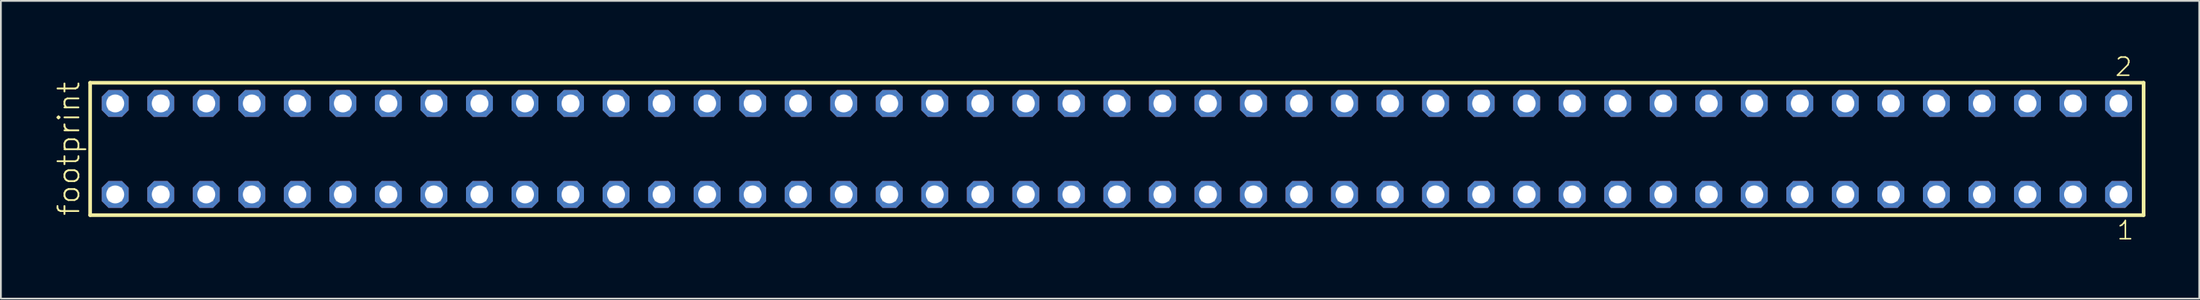
<source format=kicad_pcb>
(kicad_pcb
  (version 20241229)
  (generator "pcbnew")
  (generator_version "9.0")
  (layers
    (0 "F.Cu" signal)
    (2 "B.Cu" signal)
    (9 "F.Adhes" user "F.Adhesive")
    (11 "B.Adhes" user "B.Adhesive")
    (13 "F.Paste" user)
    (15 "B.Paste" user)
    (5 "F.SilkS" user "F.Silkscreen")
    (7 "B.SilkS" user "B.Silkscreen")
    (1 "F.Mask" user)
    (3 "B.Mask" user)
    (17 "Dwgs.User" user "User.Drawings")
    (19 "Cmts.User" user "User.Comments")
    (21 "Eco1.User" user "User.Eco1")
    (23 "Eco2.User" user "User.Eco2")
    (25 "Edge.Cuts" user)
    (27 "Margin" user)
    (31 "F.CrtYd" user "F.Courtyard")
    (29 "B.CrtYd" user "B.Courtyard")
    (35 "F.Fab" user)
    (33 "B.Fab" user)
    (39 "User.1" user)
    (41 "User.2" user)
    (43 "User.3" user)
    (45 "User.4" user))
  (footprint "footprint"
    (layer "F.Cu")
    (at 59.258 5.265)
    (property "Reference" "footprint" (at -57.785 3.81 90) (layer "F.SilkS") (effects (font (size 1.168 1.168) (thickness 0.102)) (justify left bottom)))
    (fp_line (start -57.279 -3.695) (end 57.279 -3.695) (stroke (width 0.203) (type solid)) (layer "F.SilkS"))
    (fp_line (start -57.279 3.695) (end -57.279 -3.695) (stroke (width 0.203) (type solid)) (layer "F.SilkS"))
    (fp_line (start 57.279 -3.695) (end 57.279 3.695) (stroke (width 0.203) (type solid)) (layer "F.SilkS"))
    (fp_line (start 57.279 3.695) (end -57.279 3.695) (stroke (width 0.203) (type solid)) (layer "F.SilkS"))
    (fp_poly (pts (xy -56.23 -2.19) (xy -55.53 -2.19) (xy -55.53 -2.89) (xy -56.23 -2.89)) (stroke (width 0.1) (type solid)) (fill no) (layer "F.Fab"))
    (fp_poly (pts (xy -56.23 2.89) (xy -55.53 2.89) (xy -55.53 2.19) (xy -56.23 2.19)) (stroke (width 0.1) (type solid)) (fill no) (layer "F.Fab"))
    (fp_poly (pts (xy -53.69 -2.19) (xy -52.99 -2.19) (xy -52.99 -2.89) (xy -53.69 -2.89)) (stroke (width 0.1) (type solid)) (fill no) (layer "F.Fab"))
    (fp_poly (pts (xy -53.69 2.89) (xy -52.99 2.89) (xy -52.99 2.19) (xy -53.69 2.19)) (stroke (width 0.1) (type solid)) (fill no) (layer "F.Fab"))
    (fp_poly (pts (xy -51.15 -2.19) (xy -50.45 -2.19) (xy -50.45 -2.89) (xy -51.15 -2.89)) (stroke (width 0.1) (type solid)) (fill no) (layer "F.Fab"))
    (fp_poly (pts (xy -51.15 2.89) (xy -50.45 2.89) (xy -50.45 2.19) (xy -51.15 2.19)) (stroke (width 0.1) (type solid)) (fill no) (layer "F.Fab"))
    (fp_poly (pts (xy -48.61 -2.19) (xy -47.91 -2.19) (xy -47.91 -2.89) (xy -48.61 -2.89)) (stroke (width 0.1) (type solid)) (fill no) (layer "F.Fab"))
    (fp_poly (pts (xy -48.61 2.89) (xy -47.91 2.89) (xy -47.91 2.19) (xy -48.61 2.19)) (stroke (width 0.1) (type solid)) (fill no) (layer "F.Fab"))
    (fp_poly (pts (xy -46.07 -2.19) (xy -45.37 -2.19) (xy -45.37 -2.89) (xy -46.07 -2.89)) (stroke (width 0.1) (type solid)) (fill no) (layer "F.Fab"))
    (fp_poly (pts (xy -46.07 2.89) (xy -45.37 2.89) (xy -45.37 2.19) (xy -46.07 2.19)) (stroke (width 0.1) (type solid)) (fill no) (layer "F.Fab"))
    (fp_poly (pts (xy -43.53 -2.19) (xy -42.83 -2.19) (xy -42.83 -2.89) (xy -43.53 -2.89)) (stroke (width 0.1) (type solid)) (fill no) (layer "F.Fab"))
    (fp_poly (pts (xy -43.53 2.89) (xy -42.83 2.89) (xy -42.83 2.19) (xy -43.53 2.19)) (stroke (width 0.1) (type solid)) (fill no) (layer "F.Fab"))
    (fp_poly (pts (xy -40.99 -2.19) (xy -40.29 -2.19) (xy -40.29 -2.89) (xy -40.99 -2.89)) (stroke (width 0.1) (type solid)) (fill no) (layer "F.Fab"))
    (fp_poly (pts (xy -40.99 2.89) (xy -40.29 2.89) (xy -40.29 2.19) (xy -40.99 2.19)) (stroke (width 0.1) (type solid)) (fill no) (layer "F.Fab"))
    (fp_poly (pts (xy -38.45 -2.19) (xy -37.75 -2.19) (xy -37.75 -2.89) (xy -38.45 -2.89)) (stroke (width 0.1) (type solid)) (fill no) (layer "F.Fab"))
    (fp_poly (pts (xy -38.45 2.89) (xy -37.75 2.89) (xy -37.75 2.19) (xy -38.45 2.19)) (stroke (width 0.1) (type solid)) (fill no) (layer "F.Fab"))
    (fp_poly (pts (xy -35.91 -2.19) (xy -35.21 -2.19) (xy -35.21 -2.89) (xy -35.91 -2.89)) (stroke (width 0.1) (type solid)) (fill no) (layer "F.Fab"))
    (fp_poly (pts (xy -35.91 2.89) (xy -35.21 2.89) (xy -35.21 2.19) (xy -35.91 2.19)) (stroke (width 0.1) (type solid)) (fill no) (layer "F.Fab"))
    (fp_poly (pts (xy -33.37 -2.19) (xy -32.67 -2.19) (xy -32.67 -2.89) (xy -33.37 -2.89)) (stroke (width 0.1) (type solid)) (fill no) (layer "F.Fab"))
    (fp_poly (pts (xy -33.37 2.89) (xy -32.67 2.89) (xy -32.67 2.19) (xy -33.37 2.19)) (stroke (width 0.1) (type solid)) (fill no) (layer "F.Fab"))
    (fp_poly (pts (xy -30.83 -2.19) (xy -30.13 -2.19) (xy -30.13 -2.89) (xy -30.83 -2.89)) (stroke (width 0.1) (type solid)) (fill no) (layer "F.Fab"))
    (fp_poly (pts (xy -30.83 2.89) (xy -30.13 2.89) (xy -30.13 2.19) (xy -30.83 2.19)) (stroke (width 0.1) (type solid)) (fill no) (layer "F.Fab"))
    (fp_poly (pts (xy -28.29 -2.19) (xy -27.59 -2.19) (xy -27.59 -2.89) (xy -28.29 -2.89)) (stroke (width 0.1) (type solid)) (fill no) (layer "F.Fab"))
    (fp_poly (pts (xy -28.29 2.89) (xy -27.59 2.89) (xy -27.59 2.19) (xy -28.29 2.19)) (stroke (width 0.1) (type solid)) (fill no) (layer "F.Fab"))
    (fp_poly (pts (xy -25.75 -2.19) (xy -25.05 -2.19) (xy -25.05 -2.89) (xy -25.75 -2.89)) (stroke (width 0.1) (type solid)) (fill no) (layer "F.Fab"))
    (fp_poly (pts (xy -25.75 2.89) (xy -25.05 2.89) (xy -25.05 2.19) (xy -25.75 2.19)) (stroke (width 0.1) (type solid)) (fill no) (layer "F.Fab"))
    (fp_poly (pts (xy -23.21 -2.19) (xy -22.51 -2.19) (xy -22.51 -2.89) (xy -23.21 -2.89)) (stroke (width 0.1) (type solid)) (fill no) (layer "F.Fab"))
    (fp_poly (pts (xy -23.21 2.89) (xy -22.51 2.89) (xy -22.51 2.19) (xy -23.21 2.19)) (stroke (width 0.1) (type solid)) (fill no) (layer "F.Fab"))
    (fp_poly (pts (xy -20.67 -2.19) (xy -19.97 -2.19) (xy -19.97 -2.89) (xy -20.67 -2.89)) (stroke (width 0.1) (type solid)) (fill no) (layer "F.Fab"))
    (fp_poly (pts (xy -20.67 2.89) (xy -19.97 2.89) (xy -19.97 2.19) (xy -20.67 2.19)) (stroke (width 0.1) (type solid)) (fill no) (layer "F.Fab"))
    (fp_poly (pts (xy -18.13 -2.19) (xy -17.43 -2.19) (xy -17.43 -2.89) (xy -18.13 -2.89)) (stroke (width 0.1) (type solid)) (fill no) (layer "F.Fab"))
    (fp_poly (pts (xy -18.13 2.89) (xy -17.43 2.89) (xy -17.43 2.19) (xy -18.13 2.19)) (stroke (width 0.1) (type solid)) (fill no) (layer "F.Fab"))
    (fp_poly (pts (xy -15.59 -2.19) (xy -14.89 -2.19) (xy -14.89 -2.89) (xy -15.59 -2.89)) (stroke (width 0.1) (type solid)) (fill no) (layer "F.Fab"))
    (fp_poly (pts (xy -15.59 2.89) (xy -14.89 2.89) (xy -14.89 2.19) (xy -15.59 2.19)) (stroke (width 0.1) (type solid)) (fill no) (layer "F.Fab"))
    (fp_poly (pts (xy -13.05 -2.19) (xy -12.35 -2.19) (xy -12.35 -2.89) (xy -13.05 -2.89)) (stroke (width 0.1) (type solid)) (fill no) (layer "F.Fab"))
    (fp_poly (pts (xy -13.05 2.89) (xy -12.35 2.89) (xy -12.35 2.19) (xy -13.05 2.19)) (stroke (width 0.1) (type solid)) (fill no) (layer "F.Fab"))
    (fp_poly (pts (xy -10.51 -2.19) (xy -9.81 -2.19) (xy -9.81 -2.89) (xy -10.51 -2.89)) (stroke (width 0.1) (type solid)) (fill no) (layer "F.Fab"))
    (fp_poly (pts (xy -10.51 2.89) (xy -9.81 2.89) (xy -9.81 2.19) (xy -10.51 2.19)) (stroke (width 0.1) (type solid)) (fill no) (layer "F.Fab"))
    (fp_poly (pts (xy -7.97 -2.19) (xy -7.27 -2.19) (xy -7.27 -2.89) (xy -7.97 -2.89)) (stroke (width 0.1) (type solid)) (fill no) (layer "F.Fab"))
    (fp_poly (pts (xy -7.97 2.89) (xy -7.27 2.89) (xy -7.27 2.19) (xy -7.97 2.19)) (stroke (width 0.1) (type solid)) (fill no) (layer "F.Fab"))
    (fp_poly (pts (xy -5.43 -2.19) (xy -4.73 -2.19) (xy -4.73 -2.89) (xy -5.43 -2.89)) (stroke (width 0.1) (type solid)) (fill no) (layer "F.Fab"))
    (fp_poly (pts (xy -5.43 2.89) (xy -4.73 2.89) (xy -4.73 2.19) (xy -5.43 2.19)) (stroke (width 0.1) (type solid)) (fill no) (layer "F.Fab"))
    (fp_poly (pts (xy -2.89 -2.19) (xy -2.19 -2.19) (xy -2.19 -2.89) (xy -2.89 -2.89)) (stroke (width 0.1) (type solid)) (fill no) (layer "F.Fab"))
    (fp_poly (pts (xy -2.89 2.89) (xy -2.19 2.89) (xy -2.19 2.19) (xy -2.89 2.19)) (stroke (width 0.1) (type solid)) (fill no) (layer "F.Fab"))
    (fp_poly (pts (xy -0.35 -2.19) (xy 0.35 -2.19) (xy 0.35 -2.89) (xy -0.35 -2.89)) (stroke (width 0.1) (type solid)) (fill no) (layer "F.Fab"))
    (fp_poly (pts (xy -0.35 2.89) (xy 0.35 2.89) (xy 0.35 2.19) (xy -0.35 2.19)) (stroke (width 0.1) (type solid)) (fill no) (layer "F.Fab"))
    (fp_poly (pts (xy 2.19 -2.19) (xy 2.89 -2.19) (xy 2.89 -2.89) (xy 2.19 -2.89)) (stroke (width 0.1) (type solid)) (fill no) (layer "F.Fab"))
    (fp_poly (pts (xy 2.19 2.89) (xy 2.89 2.89) (xy 2.89 2.19) (xy 2.19 2.19)) (stroke (width 0.1) (type solid)) (fill no) (layer "F.Fab"))
    (fp_poly (pts (xy 4.73 -2.19) (xy 5.43 -2.19) (xy 5.43 -2.89) (xy 4.73 -2.89)) (stroke (width 0.1) (type solid)) (fill no) (layer "F.Fab"))
    (fp_poly (pts (xy 4.73 2.89) (xy 5.43 2.89) (xy 5.43 2.19) (xy 4.73 2.19)) (stroke (width 0.1) (type solid)) (fill no) (layer "F.Fab"))
    (fp_poly (pts (xy 7.27 -2.19) (xy 7.97 -2.19) (xy 7.97 -2.89) (xy 7.27 -2.89)) (stroke (width 0.1) (type solid)) (fill no) (layer "F.Fab"))
    (fp_poly (pts (xy 7.27 2.89) (xy 7.97 2.89) (xy 7.97 2.19) (xy 7.27 2.19)) (stroke (width 0.1) (type solid)) (fill no) (layer "F.Fab"))
    (fp_poly (pts (xy 9.81 -2.19) (xy 10.51 -2.19) (xy 10.51 -2.89) (xy 9.81 -2.89)) (stroke (width 0.1) (type solid)) (fill no) (layer "F.Fab"))
    (fp_poly (pts (xy 9.81 2.89) (xy 10.51 2.89) (xy 10.51 2.19) (xy 9.81 2.19)) (stroke (width 0.1) (type solid)) (fill no) (layer "F.Fab"))
    (fp_poly (pts (xy 12.35 -2.19) (xy 13.05 -2.19) (xy 13.05 -2.89) (xy 12.35 -2.89)) (stroke (width 0.1) (type solid)) (fill no) (layer "F.Fab"))
    (fp_poly (pts (xy 12.35 2.89) (xy 13.05 2.89) (xy 13.05 2.19) (xy 12.35 2.19)) (stroke (width 0.1) (type solid)) (fill no) (layer "F.Fab"))
    (fp_poly (pts (xy 14.89 -2.19) (xy 15.59 -2.19) (xy 15.59 -2.89) (xy 14.89 -2.89)) (stroke (width 0.1) (type solid)) (fill no) (layer "F.Fab"))
    (fp_poly (pts (xy 14.89 2.89) (xy 15.59 2.89) (xy 15.59 2.19) (xy 14.89 2.19)) (stroke (width 0.1) (type solid)) (fill no) (layer "F.Fab"))
    (fp_poly (pts (xy 17.43 -2.19) (xy 18.13 -2.19) (xy 18.13 -2.89) (xy 17.43 -2.89)) (stroke (width 0.1) (type solid)) (fill no) (layer "F.Fab"))
    (fp_poly (pts (xy 17.43 2.89) (xy 18.13 2.89) (xy 18.13 2.19) (xy 17.43 2.19)) (stroke (width 0.1) (type solid)) (fill no) (layer "F.Fab"))
    (fp_poly (pts (xy 19.97 -2.19) (xy 20.67 -2.19) (xy 20.67 -2.89) (xy 19.97 -2.89)) (stroke (width 0.1) (type solid)) (fill no) (layer "F.Fab"))
    (fp_poly (pts (xy 19.97 2.89) (xy 20.67 2.89) (xy 20.67 2.19) (xy 19.97 2.19)) (stroke (width 0.1) (type solid)) (fill no) (layer "F.Fab"))
    (fp_poly (pts (xy 22.51 -2.19) (xy 23.21 -2.19) (xy 23.21 -2.89) (xy 22.51 -2.89)) (stroke (width 0.1) (type solid)) (fill no) (layer "F.Fab"))
    (fp_poly (pts (xy 22.51 2.89) (xy 23.21 2.89) (xy 23.21 2.19) (xy 22.51 2.19)) (stroke (width 0.1) (type solid)) (fill no) (layer "F.Fab"))
    (fp_poly (pts (xy 25.05 -2.19) (xy 25.75 -2.19) (xy 25.75 -2.89) (xy 25.05 -2.89)) (stroke (width 0.1) (type solid)) (fill no) (layer "F.Fab"))
    (fp_poly (pts (xy 25.05 2.89) (xy 25.75 2.89) (xy 25.75 2.19) (xy 25.05 2.19)) (stroke (width 0.1) (type solid)) (fill no) (layer "F.Fab"))
    (fp_poly (pts (xy 27.59 -2.19) (xy 28.29 -2.19) (xy 28.29 -2.89) (xy 27.59 -2.89)) (stroke (width 0.1) (type solid)) (fill no) (layer "F.Fab"))
    (fp_poly (pts (xy 27.59 2.89) (xy 28.29 2.89) (xy 28.29 2.19) (xy 27.59 2.19)) (stroke (width 0.1) (type solid)) (fill no) (layer "F.Fab"))
    (fp_poly (pts (xy 30.13 -2.19) (xy 30.83 -2.19) (xy 30.83 -2.89) (xy 30.13 -2.89)) (stroke (width 0.1) (type solid)) (fill no) (layer "F.Fab"))
    (fp_poly (pts (xy 30.13 2.89) (xy 30.83 2.89) (xy 30.83 2.19) (xy 30.13 2.19)) (stroke (width 0.1) (type solid)) (fill no) (layer "F.Fab"))
    (fp_poly (pts (xy 32.67 -2.19) (xy 33.37 -2.19) (xy 33.37 -2.89) (xy 32.67 -2.89)) (stroke (width 0.1) (type solid)) (fill no) (layer "F.Fab"))
    (fp_poly (pts (xy 32.67 2.89) (xy 33.37 2.89) (xy 33.37 2.19) (xy 32.67 2.19)) (stroke (width 0.1) (type solid)) (fill no) (layer "F.Fab"))
    (fp_poly (pts (xy 35.21 -2.19) (xy 35.91 -2.19) (xy 35.91 -2.89) (xy 35.21 -2.89)) (stroke (width 0.1) (type solid)) (fill no) (layer "F.Fab"))
    (fp_poly (pts (xy 35.21 2.89) (xy 35.91 2.89) (xy 35.91 2.19) (xy 35.21 2.19)) (stroke (width 0.1) (type solid)) (fill no) (layer "F.Fab"))
    (fp_poly (pts (xy 37.75 -2.19) (xy 38.45 -2.19) (xy 38.45 -2.89) (xy 37.75 -2.89)) (stroke (width 0.1) (type solid)) (fill no) (layer "F.Fab"))
    (fp_poly (pts (xy 37.75 2.89) (xy 38.45 2.89) (xy 38.45 2.19) (xy 37.75 2.19)) (stroke (width 0.1) (type solid)) (fill no) (layer "F.Fab"))
    (fp_poly (pts (xy 40.29 -2.19) (xy 40.99 -2.19) (xy 40.99 -2.89) (xy 40.29 -2.89)) (stroke (width 0.1) (type solid)) (fill no) (layer "F.Fab"))
    (fp_poly (pts (xy 40.29 2.89) (xy 40.99 2.89) (xy 40.99 2.19) (xy 40.29 2.19)) (stroke (width 0.1) (type solid)) (fill no) (layer "F.Fab"))
    (fp_poly (pts (xy 42.83 -2.19) (xy 43.53 -2.19) (xy 43.53 -2.89) (xy 42.83 -2.89)) (stroke (width 0.1) (type solid)) (fill no) (layer "F.Fab"))
    (fp_poly (pts (xy 42.83 2.89) (xy 43.53 2.89) (xy 43.53 2.19) (xy 42.83 2.19)) (stroke (width 0.1) (type solid)) (fill no) (layer "F.Fab"))
    (fp_poly (pts (xy 45.37 -2.19) (xy 46.07 -2.19) (xy 46.07 -2.89) (xy 45.37 -2.89)) (stroke (width 0.1) (type solid)) (fill no) (layer "F.Fab"))
    (fp_poly (pts (xy 45.37 2.89) (xy 46.07 2.89) (xy 46.07 2.19) (xy 45.37 2.19)) (stroke (width 0.1) (type solid)) (fill no) (layer "F.Fab"))
    (fp_poly (pts (xy 47.91 -2.19) (xy 48.61 -2.19) (xy 48.61 -2.89) (xy 47.91 -2.89)) (stroke (width 0.1) (type solid)) (fill no) (layer "F.Fab"))
    (fp_poly (pts (xy 47.91 2.89) (xy 48.61 2.89) (xy 48.61 2.19) (xy 47.91 2.19)) (stroke (width 0.1) (type solid)) (fill no) (layer "F.Fab"))
    (fp_poly (pts (xy 50.45 -2.19) (xy 51.15 -2.19) (xy 51.15 -2.89) (xy 50.45 -2.89)) (stroke (width 0.1) (type solid)) (fill no) (layer "F.Fab"))
    (fp_poly (pts (xy 50.45 2.89) (xy 51.15 2.89) (xy 51.15 2.19) (xy 50.45 2.19)) (stroke (width 0.1) (type solid)) (fill no) (layer "F.Fab"))
    (fp_poly (pts (xy 52.99 -2.19) (xy 53.69 -2.19) (xy 53.69 -2.89) (xy 52.99 -2.89)) (stroke (width 0.1) (type solid)) (fill no) (layer "F.Fab"))
    (fp_poly (pts (xy 52.99 2.89) (xy 53.69 2.89) (xy 53.69 2.19) (xy 52.99 2.19)) (stroke (width 0.1) (type solid)) (fill no) (layer "F.Fab"))
    (fp_poly (pts (xy 55.53 -2.19) (xy 56.23 -2.19) (xy 56.23 -2.89) (xy 55.53 -2.89)) (stroke (width 0.1) (type solid)) (fill no) (layer "F.Fab"))
    (fp_poly (pts (xy 55.53 2.89) (xy 56.23 2.89) (xy 56.23 2.19) (xy 55.53 2.19)) (stroke (width 0.1) (type solid)) (fill no) (layer "F.Fab"))
    (fp_text user "1" (at 55.722 5.138 0) (layer "F.SilkS") (effects (font (size 1.012 1.012) (thickness 0.088)) (justify left bottom)))
    (fp_text user "2" (at 55.622 -3.989 0) (layer "F.SilkS") (effects (font (size 1.012 1.012) (thickness 0.088)) (justify left bottom)))
    (pad "1" thru_hole roundrect (at 55.88 2.54 180) (size 1.5 1.5) (drill 1) (layers "*.Cu" "*.Mask") (roundrect_rratio 0.25) (chamfer_ratio 0.25) (chamfer top_left top_right bottom_left bottom_right))
    (pad "2" thru_hole roundrect (at 55.88 -2.54 180) (size 1.5 1.5) (drill 1) (layers "*.Cu" "*.Mask") (roundrect_rratio 0.25) (chamfer_ratio 0.25) (chamfer top_left top_right bottom_left bottom_right))
    (pad "3" thru_hole roundrect (at 53.34 2.54 180) (size 1.5 1.5) (drill 1) (layers "*.Cu" "*.Mask") (roundrect_rratio 0.25) (chamfer_ratio 0.25) (chamfer top_left top_right bottom_left bottom_right))
    (pad "4" thru_hole roundrect (at 53.34 -2.54 180) (size 1.5 1.5) (drill 1) (layers "*.Cu" "*.Mask") (roundrect_rratio 0.25) (chamfer_ratio 0.25) (chamfer top_left top_right bottom_left bottom_right))
    (pad "5" thru_hole roundrect (at 50.8 2.54 180) (size 1.5 1.5) (drill 1) (layers "*.Cu" "*.Mask") (roundrect_rratio 0.25) (chamfer_ratio 0.25) (chamfer top_left top_right bottom_left bottom_right))
    (pad "6" thru_hole roundrect (at 50.8 -2.54 180) (size 1.5 1.5) (drill 1) (layers "*.Cu" "*.Mask") (roundrect_rratio 0.25) (chamfer_ratio 0.25) (chamfer top_left top_right bottom_left bottom_right))
    (pad "7" thru_hole roundrect (at 48.26 2.54 180) (size 1.5 1.5) (drill 1) (layers "*.Cu" "*.Mask") (roundrect_rratio 0.25) (chamfer_ratio 0.25) (chamfer top_left top_right bottom_left bottom_right))
    (pad "8" thru_hole roundrect (at 48.26 -2.54 180) (size 1.5 1.5) (drill 1) (layers "*.Cu" "*.Mask") (roundrect_rratio 0.25) (chamfer_ratio 0.25) (chamfer top_left top_right bottom_left bottom_right))
    (pad "9" thru_hole roundrect (at 45.72 2.54 180) (size 1.5 1.5) (drill 1) (layers "*.Cu" "*.Mask") (roundrect_rratio 0.25) (chamfer_ratio 0.25) (chamfer top_left top_right bottom_left bottom_right))
    (pad "10" thru_hole roundrect (at 45.72 -2.54 180) (size 1.5 1.5) (drill 1) (layers "*.Cu" "*.Mask") (roundrect_rratio 0.25) (chamfer_ratio 0.25) (chamfer top_left top_right bottom_left bottom_right))
    (pad "11" thru_hole roundrect (at 43.18 2.54 180) (size 1.5 1.5) (drill 1) (layers "*.Cu" "*.Mask") (roundrect_rratio 0.25) (chamfer_ratio 0.25) (chamfer top_left top_right bottom_left bottom_right))
    (pad "12" thru_hole roundrect (at 43.18 -2.54 180) (size 1.5 1.5) (drill 1) (layers "*.Cu" "*.Mask") (roundrect_rratio 0.25) (chamfer_ratio 0.25) (chamfer top_left top_right bottom_left bottom_right))
    (pad "13" thru_hole roundrect (at 40.64 2.54 180) (size 1.5 1.5) (drill 1) (layers "*.Cu" "*.Mask") (roundrect_rratio 0.25) (chamfer_ratio 0.25) (chamfer top_left top_right bottom_left bottom_right))
    (pad "14" thru_hole roundrect (at 40.64 -2.54 180) (size 1.5 1.5) (drill 1) (layers "*.Cu" "*.Mask") (roundrect_rratio 0.25) (chamfer_ratio 0.25) (chamfer top_left top_right bottom_left bottom_right))
    (pad "15" thru_hole roundrect (at 38.1 2.54 180) (size 1.5 1.5) (drill 1) (layers "*.Cu" "*.Mask") (roundrect_rratio 0.25) (chamfer_ratio 0.25) (chamfer top_left top_right bottom_left bottom_right))
    (pad "16" thru_hole roundrect (at 38.1 -2.54 180) (size 1.5 1.5) (drill 1) (layers "*.Cu" "*.Mask") (roundrect_rratio 0.25) (chamfer_ratio 0.25) (chamfer top_left top_right bottom_left bottom_right))
    (pad "17" thru_hole roundrect (at 35.56 2.54 180) (size 1.5 1.5) (drill 1) (layers "*.Cu" "*.Mask") (roundrect_rratio 0.25) (chamfer_ratio 0.25) (chamfer top_left top_right bottom_left bottom_right))
    (pad "18" thru_hole roundrect (at 35.56 -2.54 180) (size 1.5 1.5) (drill 1) (layers "*.Cu" "*.Mask") (roundrect_rratio 0.25) (chamfer_ratio 0.25) (chamfer top_left top_right bottom_left bottom_right))
    (pad "19" thru_hole roundrect (at 33.02 2.54 180) (size 1.5 1.5) (drill 1) (layers "*.Cu" "*.Mask") (roundrect_rratio 0.25) (chamfer_ratio 0.25) (chamfer top_left top_right bottom_left bottom_right))
    (pad "20" thru_hole roundrect (at 33.02 -2.54 180) (size 1.5 1.5) (drill 1) (layers "*.Cu" "*.Mask") (roundrect_rratio 0.25) (chamfer_ratio 0.25) (chamfer top_left top_right bottom_left bottom_right))
    (pad "21" thru_hole roundrect (at 30.48 2.54 180) (size 1.5 1.5) (drill 1) (layers "*.Cu" "*.Mask") (roundrect_rratio 0.25) (chamfer_ratio 0.25) (chamfer top_left top_right bottom_left bottom_right))
    (pad "22" thru_hole roundrect (at 30.48 -2.54 180) (size 1.5 1.5) (drill 1) (layers "*.Cu" "*.Mask") (roundrect_rratio 0.25) (chamfer_ratio 0.25) (chamfer top_left top_right bottom_left bottom_right))
    (pad "23" thru_hole roundrect (at 27.94 2.54 180) (size 1.5 1.5) (drill 1) (layers "*.Cu" "*.Mask") (roundrect_rratio 0.25) (chamfer_ratio 0.25) (chamfer top_left top_right bottom_left bottom_right))
    (pad "24" thru_hole roundrect (at 27.94 -2.54 180) (size 1.5 1.5) (drill 1) (layers "*.Cu" "*.Mask") (roundrect_rratio 0.25) (chamfer_ratio 0.25) (chamfer top_left top_right bottom_left bottom_right))
    (pad "25" thru_hole roundrect (at 25.4 2.54 180) (size 1.5 1.5) (drill 1) (layers "*.Cu" "*.Mask") (roundrect_rratio 0.25) (chamfer_ratio 0.25) (chamfer top_left top_right bottom_left bottom_right))
    (pad "26" thru_hole roundrect (at 25.4 -2.54 180) (size 1.5 1.5) (drill 1) (layers "*.Cu" "*.Mask") (roundrect_rratio 0.25) (chamfer_ratio 0.25) (chamfer top_left top_right bottom_left bottom_right))
    (pad "27" thru_hole roundrect (at 22.86 2.54 180) (size 1.5 1.5) (drill 1) (layers "*.Cu" "*.Mask") (roundrect_rratio 0.25) (chamfer_ratio 0.25) (chamfer top_left top_right bottom_left bottom_right))
    (pad "28" thru_hole roundrect (at 22.86 -2.54 180) (size 1.5 1.5) (drill 1) (layers "*.Cu" "*.Mask") (roundrect_rratio 0.25) (chamfer_ratio 0.25) (chamfer top_left top_right bottom_left bottom_right))
    (pad "29" thru_hole roundrect (at 20.32 2.54 180) (size 1.5 1.5) (drill 1) (layers "*.Cu" "*.Mask") (roundrect_rratio 0.25) (chamfer_ratio 0.25) (chamfer top_left top_right bottom_left bottom_right))
    (pad "30" thru_hole roundrect (at 20.32 -2.54 180) (size 1.5 1.5) (drill 1) (layers "*.Cu" "*.Mask") (roundrect_rratio 0.25) (chamfer_ratio 0.25) (chamfer top_left top_right bottom_left bottom_right))
    (pad "31" thru_hole roundrect (at 17.78 2.54 180) (size 1.5 1.5) (drill 1) (layers "*.Cu" "*.Mask") (roundrect_rratio 0.25) (chamfer_ratio 0.25) (chamfer top_left top_right bottom_left bottom_right))
    (pad "32" thru_hole roundrect (at 17.78 -2.54 180) (size 1.5 1.5) (drill 1) (layers "*.Cu" "*.Mask") (roundrect_rratio 0.25) (chamfer_ratio 0.25) (chamfer top_left top_right bottom_left bottom_right))
    (pad "33" thru_hole roundrect (at 15.24 2.54 180) (size 1.5 1.5) (drill 1) (layers "*.Cu" "*.Mask") (roundrect_rratio 0.25) (chamfer_ratio 0.25) (chamfer top_left top_right bottom_left bottom_right))
    (pad "34" thru_hole roundrect (at 15.24 -2.54 180) (size 1.5 1.5) (drill 1) (layers "*.Cu" "*.Mask") (roundrect_rratio 0.25) (chamfer_ratio 0.25) (chamfer top_left top_right bottom_left bottom_right))
    (pad "35" thru_hole roundrect (at 12.7 2.54 180) (size 1.5 1.5) (drill 1) (layers "*.Cu" "*.Mask") (roundrect_rratio 0.25) (chamfer_ratio 0.25) (chamfer top_left top_right bottom_left bottom_right))
    (pad "36" thru_hole roundrect (at 12.7 -2.54 180) (size 1.5 1.5) (drill 1) (layers "*.Cu" "*.Mask") (roundrect_rratio 0.25) (chamfer_ratio 0.25) (chamfer top_left top_right bottom_left bottom_right))
    (pad "37" thru_hole roundrect (at 10.16 2.54 180) (size 1.5 1.5) (drill 1) (layers "*.Cu" "*.Mask") (roundrect_rratio 0.25) (chamfer_ratio 0.25) (chamfer top_left top_right bottom_left bottom_right))
    (pad "38" thru_hole roundrect (at 10.16 -2.54 180) (size 1.5 1.5) (drill 1) (layers "*.Cu" "*.Mask") (roundrect_rratio 0.25) (chamfer_ratio 0.25) (chamfer top_left top_right bottom_left bottom_right))
    (pad "39" thru_hole roundrect (at 7.62 2.54 180) (size 1.5 1.5) (drill 1) (layers "*.Cu" "*.Mask") (roundrect_rratio 0.25) (chamfer_ratio 0.25) (chamfer top_left top_right bottom_left bottom_right))
    (pad "40" thru_hole roundrect (at 7.62 -2.54 180) (size 1.5 1.5) (drill 1) (layers "*.Cu" "*.Mask") (roundrect_rratio 0.25) (chamfer_ratio 0.25) (chamfer top_left top_right bottom_left bottom_right))
    (pad "41" thru_hole roundrect (at 5.08 2.54 180) (size 1.5 1.5) (drill 1) (layers "*.Cu" "*.Mask") (roundrect_rratio 0.25) (chamfer_ratio 0.25) (chamfer top_left top_right bottom_left bottom_right))
    (pad "42" thru_hole roundrect (at 5.08 -2.54 180) (size 1.5 1.5) (drill 1) (layers "*.Cu" "*.Mask") (roundrect_rratio 0.25) (chamfer_ratio 0.25) (chamfer top_left top_right bottom_left bottom_right))
    (pad "43" thru_hole roundrect (at 2.54 2.54 180) (size 1.5 1.5) (drill 1) (layers "*.Cu" "*.Mask") (roundrect_rratio 0.25) (chamfer_ratio 0.25) (chamfer top_left top_right bottom_left bottom_right))
    (pad "44" thru_hole roundrect (at 2.54 -2.54 180) (size 1.5 1.5) (drill 1) (layers "*.Cu" "*.Mask") (roundrect_rratio 0.25) (chamfer_ratio 0.25) (chamfer top_left top_right bottom_left bottom_right))
    (pad "45" thru_hole roundrect (at 0 2.54 180) (size 1.5 1.5) (drill 1) (layers "*.Cu" "*.Mask") (roundrect_rratio 0.25) (chamfer_ratio 0.25) (chamfer top_left top_right bottom_left bottom_right))
    (pad "46" thru_hole roundrect (at 0 -2.54 180) (size 1.5 1.5) (drill 1) (layers "*.Cu" "*.Mask") (roundrect_rratio 0.25) (chamfer_ratio 0.25) (chamfer top_left top_right bottom_left bottom_right))
    (pad "47" thru_hole roundrect (at -2.54 2.54 180) (size 1.5 1.5) (drill 1) (layers "*.Cu" "*.Mask") (roundrect_rratio 0.25) (chamfer_ratio 0.25) (chamfer top_left top_right bottom_left bottom_right))
    (pad "48" thru_hole roundrect (at -2.54 -2.54 180) (size 1.5 1.5) (drill 1) (layers "*.Cu" "*.Mask") (roundrect_rratio 0.25) (chamfer_ratio 0.25) (chamfer top_left top_right bottom_left bottom_right))
    (pad "49" thru_hole roundrect (at -5.08 2.54 180) (size 1.5 1.5) (drill 1) (layers "*.Cu" "*.Mask") (roundrect_rratio 0.25) (chamfer_ratio 0.25) (chamfer top_left top_right bottom_left bottom_right))
    (pad "50" thru_hole roundrect (at -5.08 -2.54 180) (size 1.5 1.5) (drill 1) (layers "*.Cu" "*.Mask") (roundrect_rratio 0.25) (chamfer_ratio 0.25) (chamfer top_left top_right bottom_left bottom_right))
    (pad "51" thru_hole roundrect (at -7.62 2.54 180) (size 1.5 1.5) (drill 1) (layers "*.Cu" "*.Mask") (roundrect_rratio 0.25) (chamfer_ratio 0.25) (chamfer top_left top_right bottom_left bottom_right))
    (pad "52" thru_hole roundrect (at -7.62 -2.54 180) (size 1.5 1.5) (drill 1) (layers "*.Cu" "*.Mask") (roundrect_rratio 0.25) (chamfer_ratio 0.25) (chamfer top_left top_right bottom_left bottom_right))
    (pad "53" thru_hole roundrect (at -10.16 2.54 180) (size 1.5 1.5) (drill 1) (layers "*.Cu" "*.Mask") (roundrect_rratio 0.25) (chamfer_ratio 0.25) (chamfer top_left top_right bottom_left bottom_right))
    (pad "54" thru_hole roundrect (at -10.16 -2.54 180) (size 1.5 1.5) (drill 1) (layers "*.Cu" "*.Mask") (roundrect_rratio 0.25) (chamfer_ratio 0.25) (chamfer top_left top_right bottom_left bottom_right))
    (pad "55" thru_hole roundrect (at -12.7 2.54 180) (size 1.5 1.5) (drill 1) (layers "*.Cu" "*.Mask") (roundrect_rratio 0.25) (chamfer_ratio 0.25) (chamfer top_left top_right bottom_left bottom_right))
    (pad "56" thru_hole roundrect (at -12.7 -2.54 180) (size 1.5 1.5) (drill 1) (layers "*.Cu" "*.Mask") (roundrect_rratio 0.25) (chamfer_ratio 0.25) (chamfer top_left top_right bottom_left bottom_right))
    (pad "57" thru_hole roundrect (at -15.24 2.54 180) (size 1.5 1.5) (drill 1) (layers "*.Cu" "*.Mask") (roundrect_rratio 0.25) (chamfer_ratio 0.25) (chamfer top_left top_right bottom_left bottom_right))
    (pad "58" thru_hole roundrect (at -15.24 -2.54 180) (size 1.5 1.5) (drill 1) (layers "*.Cu" "*.Mask") (roundrect_rratio 0.25) (chamfer_ratio 0.25) (chamfer top_left top_right bottom_left bottom_right))
    (pad "59" thru_hole roundrect (at -17.78 2.54 180) (size 1.5 1.5) (drill 1) (layers "*.Cu" "*.Mask") (roundrect_rratio 0.25) (chamfer_ratio 0.25) (chamfer top_left top_right bottom_left bottom_right))
    (pad "60" thru_hole roundrect (at -17.78 -2.54 180) (size 1.5 1.5) (drill 1) (layers "*.Cu" "*.Mask") (roundrect_rratio 0.25) (chamfer_ratio 0.25) (chamfer top_left top_right bottom_left bottom_right))
    (pad "61" thru_hole roundrect (at -20.32 2.54 180) (size 1.5 1.5) (drill 1) (layers "*.Cu" "*.Mask") (roundrect_rratio 0.25) (chamfer_ratio 0.25) (chamfer top_left top_right bottom_left bottom_right))
    (pad "62" thru_hole roundrect (at -20.32 -2.54 180) (size 1.5 1.5) (drill 1) (layers "*.Cu" "*.Mask") (roundrect_rratio 0.25) (chamfer_ratio 0.25) (chamfer top_left top_right bottom_left bottom_right))
    (pad "63" thru_hole roundrect (at -22.86 2.54 180) (size 1.5 1.5) (drill 1) (layers "*.Cu" "*.Mask") (roundrect_rratio 0.25) (chamfer_ratio 0.25) (chamfer top_left top_right bottom_left bottom_right))
    (pad "64" thru_hole roundrect (at -22.86 -2.54 180) (size 1.5 1.5) (drill 1) (layers "*.Cu" "*.Mask") (roundrect_rratio 0.25) (chamfer_ratio 0.25) (chamfer top_left top_right bottom_left bottom_right))
    (pad "65" thru_hole roundrect (at -25.4 2.54 180) (size 1.5 1.5) (drill 1) (layers "*.Cu" "*.Mask") (roundrect_rratio 0.25) (chamfer_ratio 0.25) (chamfer top_left top_right bottom_left bottom_right))
    (pad "66" thru_hole roundrect (at -25.4 -2.54 180) (size 1.5 1.5) (drill 1) (layers "*.Cu" "*.Mask") (roundrect_rratio 0.25) (chamfer_ratio 0.25) (chamfer top_left top_right bottom_left bottom_right))
    (pad "67" thru_hole roundrect (at -27.94 2.54 180) (size 1.5 1.5) (drill 1) (layers "*.Cu" "*.Mask") (roundrect_rratio 0.25) (chamfer_ratio 0.25) (chamfer top_left top_right bottom_left bottom_right))
    (pad "68" thru_hole roundrect (at -27.94 -2.54 180) (size 1.5 1.5) (drill 1) (layers "*.Cu" "*.Mask") (roundrect_rratio 0.25) (chamfer_ratio 0.25) (chamfer top_left top_right bottom_left bottom_right))
    (pad "69" thru_hole roundrect (at -30.48 2.54 180) (size 1.5 1.5) (drill 1) (layers "*.Cu" "*.Mask") (roundrect_rratio 0.25) (chamfer_ratio 0.25) (chamfer top_left top_right bottom_left bottom_right))
    (pad "70" thru_hole roundrect (at -30.48 -2.54 180) (size 1.5 1.5) (drill 1) (layers "*.Cu" "*.Mask") (roundrect_rratio 0.25) (chamfer_ratio 0.25) (chamfer top_left top_right bottom_left bottom_right))
    (pad "71" thru_hole roundrect (at -33.02 2.54 180) (size 1.5 1.5) (drill 1) (layers "*.Cu" "*.Mask") (roundrect_rratio 0.25) (chamfer_ratio 0.25) (chamfer top_left top_right bottom_left bottom_right))
    (pad "72" thru_hole roundrect (at -33.02 -2.54 180) (size 1.5 1.5) (drill 1) (layers "*.Cu" "*.Mask") (roundrect_rratio 0.25) (chamfer_ratio 0.25) (chamfer top_left top_right bottom_left bottom_right))
    (pad "73" thru_hole roundrect (at -35.56 2.54 180) (size 1.5 1.5) (drill 1) (layers "*.Cu" "*.Mask") (roundrect_rratio 0.25) (chamfer_ratio 0.25) (chamfer top_left top_right bottom_left bottom_right))
    (pad "74" thru_hole roundrect (at -35.56 -2.54 180) (size 1.5 1.5) (drill 1) (layers "*.Cu" "*.Mask") (roundrect_rratio 0.25) (chamfer_ratio 0.25) (chamfer top_left top_right bottom_left bottom_right))
    (pad "75" thru_hole roundrect (at -38.1 2.54 180) (size 1.5 1.5) (drill 1) (layers "*.Cu" "*.Mask") (roundrect_rratio 0.25) (chamfer_ratio 0.25) (chamfer top_left top_right bottom_left bottom_right))
    (pad "76" thru_hole roundrect (at -38.1 -2.54 180) (size 1.5 1.5) (drill 1) (layers "*.Cu" "*.Mask") (roundrect_rratio 0.25) (chamfer_ratio 0.25) (chamfer top_left top_right bottom_left bottom_right))
    (pad "77" thru_hole roundrect (at -40.64 2.54 180) (size 1.5 1.5) (drill 1) (layers "*.Cu" "*.Mask") (roundrect_rratio 0.25) (chamfer_ratio 0.25) (chamfer top_left top_right bottom_left bottom_right))
    (pad "78" thru_hole roundrect (at -40.64 -2.54 180) (size 1.5 1.5) (drill 1) (layers "*.Cu" "*.Mask") (roundrect_rratio 0.25) (chamfer_ratio 0.25) (chamfer top_left top_right bottom_left bottom_right))
    (pad "79" thru_hole roundrect (at -43.18 2.54 180) (size 1.5 1.5) (drill 1) (layers "*.Cu" "*.Mask") (roundrect_rratio 0.25) (chamfer_ratio 0.25) (chamfer top_left top_right bottom_left bottom_right))
    (pad "80" thru_hole roundrect (at -43.18 -2.54 180) (size 1.5 1.5) (drill 1) (layers "*.Cu" "*.Mask") (roundrect_rratio 0.25) (chamfer_ratio 0.25) (chamfer top_left top_right bottom_left bottom_right))
    (pad "81" thru_hole roundrect (at -45.72 2.54 180) (size 1.5 1.5) (drill 1) (layers "*.Cu" "*.Mask") (roundrect_rratio 0.25) (chamfer_ratio 0.25) (chamfer top_left top_right bottom_left bottom_right))
    (pad "82" thru_hole roundrect (at -45.72 -2.54 180) (size 1.5 1.5) (drill 1) (layers "*.Cu" "*.Mask") (roundrect_rratio 0.25) (chamfer_ratio 0.25) (chamfer top_left top_right bottom_left bottom_right))
    (pad "83" thru_hole roundrect (at -48.26 2.54 180) (size 1.5 1.5) (drill 1) (layers "*.Cu" "*.Mask") (roundrect_rratio 0.25) (chamfer_ratio 0.25) (chamfer top_left top_right bottom_left bottom_right))
    (pad "84" thru_hole roundrect (at -48.26 -2.54 180) (size 1.5 1.5) (drill 1) (layers "*.Cu" "*.Mask") (roundrect_rratio 0.25) (chamfer_ratio 0.25) (chamfer top_left top_right bottom_left bottom_right))
    (pad "85" thru_hole roundrect (at -50.8 2.54 180) (size 1.5 1.5) (drill 1) (layers "*.Cu" "*.Mask") (roundrect_rratio 0.25) (chamfer_ratio 0.25) (chamfer top_left top_right bottom_left bottom_right))
    (pad "86" thru_hole roundrect (at -50.8 -2.54 180) (size 1.5 1.5) (drill 1) (layers "*.Cu" "*.Mask") (roundrect_rratio 0.25) (chamfer_ratio 0.25) (chamfer top_left top_right bottom_left bottom_right))
    (pad "87" thru_hole roundrect (at -53.34 2.54 180) (size 1.5 1.5) (drill 1) (layers "*.Cu" "*.Mask") (roundrect_rratio 0.25) (chamfer_ratio 0.25) (chamfer top_left top_right bottom_left bottom_right))
    (pad "88" thru_hole roundrect (at -53.34 -2.54 180) (size 1.5 1.5) (drill 1) (layers "*.Cu" "*.Mask") (roundrect_rratio 0.25) (chamfer_ratio 0.25) (chamfer top_left top_right bottom_left bottom_right))
    (pad "89" thru_hole roundrect (at -55.88 2.54 180) (size 1.5 1.5) (drill 1) (layers "*.Cu" "*.Mask") (roundrect_rratio 0.25) (chamfer_ratio 0.25) (chamfer top_left top_right bottom_left bottom_right))
    (pad "90" thru_hole roundrect (at -55.88 -2.54 180) (size 1.5 1.5) (drill 1) (layers "*.Cu" "*.Mask") (roundrect_rratio 0.25) (chamfer_ratio 0.25) (chamfer top_left top_right bottom_left bottom_right)))
  (gr_rect
    (start -3 -3)
    (end 119.639 13.62)
    (stroke (width 0.1) (type default))
    (fill no)
    (layer "Edge.Cuts")))
</source>
